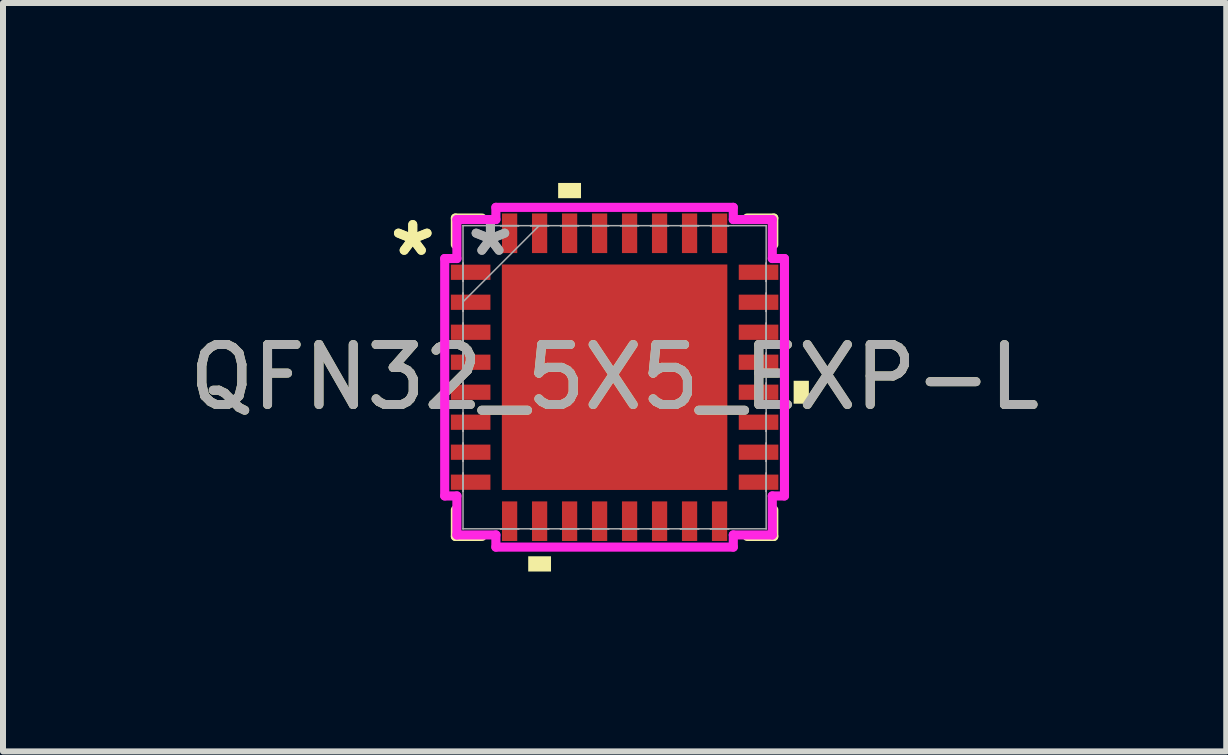
<source format=kicad_pcb>
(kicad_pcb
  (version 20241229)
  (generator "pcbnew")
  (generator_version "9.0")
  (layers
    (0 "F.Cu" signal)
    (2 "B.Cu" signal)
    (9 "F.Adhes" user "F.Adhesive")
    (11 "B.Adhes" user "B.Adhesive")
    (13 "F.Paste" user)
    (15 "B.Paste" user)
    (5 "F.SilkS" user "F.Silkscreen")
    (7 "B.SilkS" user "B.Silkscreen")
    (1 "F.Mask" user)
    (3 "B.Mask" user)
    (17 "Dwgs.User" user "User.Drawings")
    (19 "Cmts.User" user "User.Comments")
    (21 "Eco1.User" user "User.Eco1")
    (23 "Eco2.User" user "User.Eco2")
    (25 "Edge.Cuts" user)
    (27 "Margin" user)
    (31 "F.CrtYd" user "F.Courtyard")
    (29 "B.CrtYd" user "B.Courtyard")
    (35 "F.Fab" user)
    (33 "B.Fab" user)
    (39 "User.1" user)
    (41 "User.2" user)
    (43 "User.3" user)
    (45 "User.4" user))
  (footprint "QFN32_5X5_EXP-L"
    (layer "F.Cu")
    (at 7.196 3.239)
    (property "Reference" "QFN32_5X5_EXP-L" (at 0 0 0) (unlocked yes) (layer "F.SilkS") (effects (font (size 1 1) (thickness 0.15))))
    (attr smd)
    (fp_line (start -2.654 -2.654) (end -2.654 -2.21) (stroke (width 0.152) (type solid)) (layer "F.SilkS"))
    (fp_line (start -2.654 2.21) (end -2.654 2.654) (stroke (width 0.152) (type solid)) (layer "F.SilkS"))
    (fp_line (start -2.654 2.654) (end -2.21 2.654) (stroke (width 0.152) (type solid)) (layer "F.SilkS"))
    (fp_line (start -2.21 -2.654) (end -2.654 -2.654) (stroke (width 0.152) (type solid)) (layer "F.SilkS"))
    (fp_line (start 2.21 2.654) (end 2.654 2.654) (stroke (width 0.152) (type solid)) (layer "F.SilkS"))
    (fp_line (start 2.654 -2.654) (end 2.21 -2.654) (stroke (width 0.152) (type solid)) (layer "F.SilkS"))
    (fp_line (start 2.654 -2.21) (end 2.654 -2.654) (stroke (width 0.152) (type solid)) (layer "F.SilkS"))
    (fp_line (start 2.654 2.654) (end 2.654 2.21) (stroke (width 0.152) (type solid)) (layer "F.SilkS"))
    (fp_poly (pts (xy -1.44 2.985) (xy -1.44 3.239) (xy -1.06 3.239) (xy -1.06 2.985)) (stroke (width 0) (type solid)) (fill yes) (layer "F.SilkS"))
    (fp_poly (pts (xy -0.941 -2.985) (xy -0.941 -3.239) (xy -0.56 -3.239) (xy -0.56 -2.985)) (stroke (width 0) (type solid)) (fill yes) (layer "F.SilkS"))
    (fp_poly (pts (xy 3.239 0.059) (xy 3.239 0.441) (xy 2.985 0.441) (xy 2.985 0.059)) (stroke (width 0) (type solid)) (fill yes) (layer "F.SilkS"))
    (fp_poly (pts (xy -1.78 -1.78) (xy -1.78 -0.1) (xy -0.1 -0.1) (xy -0.1 -1.78)) (stroke (width 0) (type solid)) (fill yes) (layer "F.Paste"))
    (fp_poly (pts (xy -1.78 0.1) (xy -1.78 1.78) (xy -0.1 1.78) (xy -0.1 0.1)) (stroke (width 0) (type solid)) (fill yes) (layer "F.Paste"))
    (fp_poly (pts (xy 0.1 -1.78) (xy 0.1 -0.1) (xy 1.78 -0.1) (xy 1.78 -1.78)) (stroke (width 0) (type solid)) (fill yes) (layer "F.Paste"))
    (fp_poly (pts (xy 0.1 0.1) (xy 0.1 1.78) (xy 1.78 1.78) (xy 1.78 0.1)) (stroke (width 0) (type solid)) (fill yes) (layer "F.Paste"))
    (fp_line (start -2.832 -1.979) (end -2.629 -1.979) (stroke (width 0.152) (type solid)) (layer "F.CrtYd"))
    (fp_line (start -2.832 1.979) (end -2.832 -1.979) (stroke (width 0.152) (type solid)) (layer "F.CrtYd"))
    (fp_line (start -2.629 -2.629) (end -1.979 -2.629) (stroke (width 0.152) (type solid)) (layer "F.CrtYd"))
    (fp_line (start -2.629 -1.979) (end -2.629 -2.629) (stroke (width 0.152) (type solid)) (layer "F.CrtYd"))
    (fp_line (start -2.629 1.979) (end -2.832 1.979) (stroke (width 0.152) (type solid)) (layer "F.CrtYd"))
    (fp_line (start -2.629 2.629) (end -2.629 1.979) (stroke (width 0.152) (type solid)) (layer "F.CrtYd"))
    (fp_line (start -1.979 -2.832) (end 1.979 -2.832) (stroke (width 0.152) (type solid)) (layer "F.CrtYd"))
    (fp_line (start -1.979 -2.629) (end -1.979 -2.832) (stroke (width 0.152) (type solid)) (layer "F.CrtYd"))
    (fp_line (start -1.979 2.629) (end -2.629 2.629) (stroke (width 0.152) (type solid)) (layer "F.CrtYd"))
    (fp_line (start -1.979 2.832) (end -1.979 2.629) (stroke (width 0.152) (type solid)) (layer "F.CrtYd"))
    (fp_line (start 1.979 -2.832) (end 1.979 -2.629) (stroke (width 0.152) (type solid)) (layer "F.CrtYd"))
    (fp_line (start 1.979 -2.629) (end 2.629 -2.629) (stroke (width 0.152) (type solid)) (layer "F.CrtYd"))
    (fp_line (start 1.979 2.629) (end 1.979 2.832) (stroke (width 0.152) (type solid)) (layer "F.CrtYd"))
    (fp_line (start 1.979 2.832) (end -1.979 2.832) (stroke (width 0.152) (type solid)) (layer "F.CrtYd"))
    (fp_line (start 2.629 -2.629) (end 2.629 -1.979) (stroke (width 0.152) (type solid)) (layer "F.CrtYd"))
    (fp_line (start 2.629 -1.979) (end 2.832 -1.979) (stroke (width 0.152) (type solid)) (layer "F.CrtYd"))
    (fp_line (start 2.629 1.979) (end 2.629 2.629) (stroke (width 0.152) (type solid)) (layer "F.CrtYd"))
    (fp_line (start 2.629 2.629) (end 1.979 2.629) (stroke (width 0.152) (type solid)) (layer "F.CrtYd"))
    (fp_line (start 2.832 -1.979) (end 2.832 1.979) (stroke (width 0.152) (type solid)) (layer "F.CrtYd"))
    (fp_line (start 2.832 1.979) (end 2.629 1.979) (stroke (width 0.152) (type solid)) (layer "F.CrtYd"))
    (fp_line (start -2.527 -2.527) (end -2.527 -2.527) (stroke (width 0.025) (type solid)) (layer "F.Fab"))
    (fp_line (start -2.527 -2.527) (end -2.527 2.527) (stroke (width 0.025) (type solid)) (layer "F.Fab"))
    (fp_line (start -2.527 -1.902) (end -2.527 -1.902) (stroke (width 0.025) (type solid)) (layer "F.Fab"))
    (fp_line (start -2.527 -1.902) (end -2.527 -1.598) (stroke (width 0.025) (type solid)) (layer "F.Fab"))
    (fp_line (start -2.527 -1.598) (end -2.527 -1.902) (stroke (width 0.025) (type solid)) (layer "F.Fab"))
    (fp_line (start -2.527 -1.598) (end -2.527 -1.598) (stroke (width 0.025) (type solid)) (layer "F.Fab"))
    (fp_line (start -2.527 -1.402) (end -2.527 -1.402) (stroke (width 0.025) (type solid)) (layer "F.Fab"))
    (fp_line (start -2.527 -1.402) (end -2.527 -1.098) (stroke (width 0.025) (type solid)) (layer "F.Fab"))
    (fp_line (start -2.527 -1.257) (end -1.257 -2.527) (stroke (width 0.025) (type solid)) (layer "F.Fab"))
    (fp_line (start -2.527 -1.098) (end -2.527 -1.402) (stroke (width 0.025) (type solid)) (layer "F.Fab"))
    (fp_line (start -2.527 -1.098) (end -2.527 -1.098) (stroke (width 0.025) (type solid)) (layer "F.Fab"))
    (fp_line (start -2.527 -0.902) (end -2.527 -0.902) (stroke (width 0.025) (type solid)) (layer "F.Fab"))
    (fp_line (start -2.527 -0.902) (end -2.527 -0.598) (stroke (width 0.025) (type solid)) (layer "F.Fab"))
    (fp_line (start -2.527 -0.598) (end -2.527 -0.902) (stroke (width 0.025) (type solid)) (layer "F.Fab"))
    (fp_line (start -2.527 -0.598) (end -2.527 -0.598) (stroke (width 0.025) (type solid)) (layer "F.Fab"))
    (fp_line (start -2.527 -0.402) (end -2.527 -0.402) (stroke (width 0.025) (type solid)) (layer "F.Fab"))
    (fp_line (start -2.527 -0.402) (end -2.527 -0.098) (stroke (width 0.025) (type solid)) (layer "F.Fab"))
    (fp_line (start -2.527 -0.098) (end -2.527 -0.402) (stroke (width 0.025) (type solid)) (layer "F.Fab"))
    (fp_line (start -2.527 -0.098) (end -2.527 -0.098) (stroke (width 0.025) (type solid)) (layer "F.Fab"))
    (fp_line (start -2.527 0.098) (end -2.527 0.098) (stroke (width 0.025) (type solid)) (layer "F.Fab"))
    (fp_line (start -2.527 0.098) (end -2.527 0.402) (stroke (width 0.025) (type solid)) (layer "F.Fab"))
    (fp_line (start -2.527 0.402) (end -2.527 0.098) (stroke (width 0.025) (type solid)) (layer "F.Fab"))
    (fp_line (start -2.527 0.402) (end -2.527 0.402) (stroke (width 0.025) (type solid)) (layer "F.Fab"))
    (fp_line (start -2.527 0.598) (end -2.527 0.598) (stroke (width 0.025) (type solid)) (layer "F.Fab"))
    (fp_line (start -2.527 0.598) (end -2.527 0.902) (stroke (width 0.025) (type solid)) (layer "F.Fab"))
    (fp_line (start -2.527 0.902) (end -2.527 0.598) (stroke (width 0.025) (type solid)) (layer "F.Fab"))
    (fp_line (start -2.527 0.902) (end -2.527 0.902) (stroke (width 0.025) (type solid)) (layer "F.Fab"))
    (fp_line (start -2.527 1.098) (end -2.527 1.098) (stroke (width 0.025) (type solid)) (layer "F.Fab"))
    (fp_line (start -2.527 1.098) (end -2.527 1.402) (stroke (width 0.025) (type solid)) (layer "F.Fab"))
    (fp_line (start -2.527 1.402) (end -2.527 1.098) (stroke (width 0.025) (type solid)) (layer "F.Fab"))
    (fp_line (start -2.527 1.402) (end -2.527 1.402) (stroke (width 0.025) (type solid)) (layer "F.Fab"))
    (fp_line (start -2.527 1.598) (end -2.527 1.598) (stroke (width 0.025) (type solid)) (layer "F.Fab"))
    (fp_line (start -2.527 1.598) (end -2.527 1.902) (stroke (width 0.025) (type solid)) (layer "F.Fab"))
    (fp_line (start -2.527 1.902) (end -2.527 1.598) (stroke (width 0.025) (type solid)) (layer "F.Fab"))
    (fp_line (start -2.527 1.902) (end -2.527 1.902) (stroke (width 0.025) (type solid)) (layer "F.Fab"))
    (fp_line (start -2.527 2.527) (end -2.527 2.527) (stroke (width 0.025) (type solid)) (layer "F.Fab"))
    (fp_line (start -2.527 2.527) (end 2.527 2.527) (stroke (width 0.025) (type solid)) (layer "F.Fab"))
    (fp_line (start -1.902 -2.527) (end -1.902 -2.527) (stroke (width 0.025) (type solid)) (layer "F.Fab"))
    (fp_line (start -1.902 -2.527) (end -1.598 -2.527) (stroke (width 0.025) (type solid)) (layer "F.Fab"))
    (fp_line (start -1.902 2.527) (end -1.902 2.527) (stroke (width 0.025) (type solid)) (layer "F.Fab"))
    (fp_line (start -1.902 2.527) (end -1.598 2.527) (stroke (width 0.025) (type solid)) (layer "F.Fab"))
    (fp_line (start -1.598 -2.527) (end -1.902 -2.527) (stroke (width 0.025) (type solid)) (layer "F.Fab"))
    (fp_line (start -1.598 -2.527) (end -1.598 -2.527) (stroke (width 0.025) (type solid)) (layer "F.Fab"))
    (fp_line (start -1.598 2.527) (end -1.902 2.527) (stroke (width 0.025) (type solid)) (layer "F.Fab"))
    (fp_line (start -1.598 2.527) (end -1.598 2.527) (stroke (width 0.025) (type solid)) (layer "F.Fab"))
    (fp_line (start -1.402 -2.527) (end -1.402 -2.527) (stroke (width 0.025) (type solid)) (layer "F.Fab"))
    (fp_line (start -1.402 -2.527) (end -1.098 -2.527) (stroke (width 0.025) (type solid)) (layer "F.Fab"))
    (fp_line (start -1.402 2.527) (end -1.402 2.527) (stroke (width 0.025) (type solid)) (layer "F.Fab"))
    (fp_line (start -1.402 2.527) (end -1.098 2.527) (stroke (width 0.025) (type solid)) (layer "F.Fab"))
    (fp_line (start -1.098 -2.527) (end -1.402 -2.527) (stroke (width 0.025) (type solid)) (layer "F.Fab"))
    (fp_line (start -1.098 -2.527) (end -1.098 -2.527) (stroke (width 0.025) (type solid)) (layer "F.Fab"))
    (fp_line (start -1.098 2.527) (end -1.402 2.527) (stroke (width 0.025) (type solid)) (layer "F.Fab"))
    (fp_line (start -1.098 2.527) (end -1.098 2.527) (stroke (width 0.025) (type solid)) (layer "F.Fab"))
    (fp_line (start -0.902 -2.527) (end -0.902 -2.527) (stroke (width 0.025) (type solid)) (layer "F.Fab"))
    (fp_line (start -0.902 -2.527) (end -0.598 -2.527) (stroke (width 0.025) (type solid)) (layer "F.Fab"))
    (fp_line (start -0.902 2.527) (end -0.902 2.527) (stroke (width 0.025) (type solid)) (layer "F.Fab"))
    (fp_line (start -0.902 2.527) (end -0.598 2.527) (stroke (width 0.025) (type solid)) (layer "F.Fab"))
    (fp_line (start -0.598 -2.527) (end -0.902 -2.527) (stroke (width 0.025) (type solid)) (layer "F.Fab"))
    (fp_line (start -0.598 -2.527) (end -0.598 -2.527) (stroke (width 0.025) (type solid)) (layer "F.Fab"))
    (fp_line (start -0.598 2.527) (end -0.902 2.527) (stroke (width 0.025) (type solid)) (layer "F.Fab"))
    (fp_line (start -0.598 2.527) (end -0.598 2.527) (stroke (width 0.025) (type solid)) (layer "F.Fab"))
    (fp_line (start -0.402 -2.527) (end -0.402 -2.527) (stroke (width 0.025) (type solid)) (layer "F.Fab"))
    (fp_line (start -0.402 -2.527) (end -0.098 -2.527) (stroke (width 0.025) (type solid)) (layer "F.Fab"))
    (fp_line (start -0.402 2.527) (end -0.402 2.527) (stroke (width 0.025) (type solid)) (layer "F.Fab"))
    (fp_line (start -0.402 2.527) (end -0.098 2.527) (stroke (width 0.025) (type solid)) (layer "F.Fab"))
    (fp_line (start -0.098 -2.527) (end -0.402 -2.527) (stroke (width 0.025) (type solid)) (layer "F.Fab"))
    (fp_line (start -0.098 -2.527) (end -0.098 -2.527) (stroke (width 0.025) (type solid)) (layer "F.Fab"))
    (fp_line (start -0.098 2.527) (end -0.402 2.527) (stroke (width 0.025) (type solid)) (layer "F.Fab"))
    (fp_line (start -0.098 2.527) (end -0.098 2.527) (stroke (width 0.025) (type solid)) (layer "F.Fab"))
    (fp_line (start 0.098 -2.527) (end 0.098 -2.527) (stroke (width 0.025) (type solid)) (layer "F.Fab"))
    (fp_line (start 0.098 -2.527) (end 0.402 -2.527) (stroke (width 0.025) (type solid)) (layer "F.Fab"))
    (fp_line (start 0.098 2.527) (end 0.098 2.527) (stroke (width 0.025) (type solid)) (layer "F.Fab"))
    (fp_line (start 0.098 2.527) (end 0.402 2.527) (stroke (width 0.025) (type solid)) (layer "F.Fab"))
    (fp_line (start 0.402 -2.527) (end 0.098 -2.527) (stroke (width 0.025) (type solid)) (layer "F.Fab"))
    (fp_line (start 0.402 -2.527) (end 0.402 -2.527) (stroke (width 0.025) (type solid)) (layer "F.Fab"))
    (fp_line (start 0.402 2.527) (end 0.098 2.527) (stroke (width 0.025) (type solid)) (layer "F.Fab"))
    (fp_line (start 0.402 2.527) (end 0.402 2.527) (stroke (width 0.025) (type solid)) (layer "F.Fab"))
    (fp_line (start 0.598 -2.527) (end 0.598 -2.527) (stroke (width 0.025) (type solid)) (layer "F.Fab"))
    (fp_line (start 0.598 -2.527) (end 0.902 -2.527) (stroke (width 0.025) (type solid)) (layer "F.Fab"))
    (fp_line (start 0.598 2.527) (end 0.598 2.527) (stroke (width 0.025) (type solid)) (layer "F.Fab"))
    (fp_line (start 0.598 2.527) (end 0.902 2.527) (stroke (width 0.025) (type solid)) (layer "F.Fab"))
    (fp_line (start 0.902 -2.527) (end 0.598 -2.527) (stroke (width 0.025) (type solid)) (layer "F.Fab"))
    (fp_line (start 0.902 -2.527) (end 0.902 -2.527) (stroke (width 0.025) (type solid)) (layer "F.Fab"))
    (fp_line (start 0.902 2.527) (end 0.598 2.527) (stroke (width 0.025) (type solid)) (layer "F.Fab"))
    (fp_line (start 0.902 2.527) (end 0.902 2.527) (stroke (width 0.025) (type solid)) (layer "F.Fab"))
    (fp_line (start 1.098 -2.527) (end 1.098 -2.527) (stroke (width 0.025) (type solid)) (layer "F.Fab"))
    (fp_line (start 1.098 -2.527) (end 1.402 -2.527) (stroke (width 0.025) (type solid)) (layer "F.Fab"))
    (fp_line (start 1.098 2.527) (end 1.098 2.527) (stroke (width 0.025) (type solid)) (layer "F.Fab"))
    (fp_line (start 1.098 2.527) (end 1.402 2.527) (stroke (width 0.025) (type solid)) (layer "F.Fab"))
    (fp_line (start 1.402 -2.527) (end 1.098 -2.527) (stroke (width 0.025) (type solid)) (layer "F.Fab"))
    (fp_line (start 1.402 -2.527) (end 1.402 -2.527) (stroke (width 0.025) (type solid)) (layer "F.Fab"))
    (fp_line (start 1.402 2.527) (end 1.098 2.527) (stroke (width 0.025) (type solid)) (layer "F.Fab"))
    (fp_line (start 1.402 2.527) (end 1.402 2.527) (stroke (width 0.025) (type solid)) (layer "F.Fab"))
    (fp_line (start 1.598 -2.527) (end 1.598 -2.527) (stroke (width 0.025) (type solid)) (layer "F.Fab"))
    (fp_line (start 1.598 -2.527) (end 1.902 -2.527) (stroke (width 0.025) (type solid)) (layer "F.Fab"))
    (fp_line (start 1.598 2.527) (end 1.598 2.527) (stroke (width 0.025) (type solid)) (layer "F.Fab"))
    (fp_line (start 1.598 2.527) (end 1.902 2.527) (stroke (width 0.025) (type solid)) (layer "F.Fab"))
    (fp_line (start 1.902 -2.527) (end 1.598 -2.527) (stroke (width 0.025) (type solid)) (layer "F.Fab"))
    (fp_line (start 1.902 -2.527) (end 1.902 -2.527) (stroke (width 0.025) (type solid)) (layer "F.Fab"))
    (fp_line (start 1.902 2.527) (end 1.598 2.527) (stroke (width 0.025) (type solid)) (layer "F.Fab"))
    (fp_line (start 1.902 2.527) (end 1.902 2.527) (stroke (width 0.025) (type solid)) (layer "F.Fab"))
    (fp_line (start 2.527 -2.527) (end -2.527 -2.527) (stroke (width 0.025) (type solid)) (layer "F.Fab"))
    (fp_line (start 2.527 -2.527) (end 2.527 -2.527) (stroke (width 0.025) (type solid)) (layer "F.Fab"))
    (fp_line (start 2.527 -1.902) (end 2.527 -1.902) (stroke (width 0.025) (type solid)) (layer "F.Fab"))
    (fp_line (start 2.527 -1.902) (end 2.527 -1.598) (stroke (width 0.025) (type solid)) (layer "F.Fab"))
    (fp_line (start 2.527 -1.598) (end 2.527 -1.902) (stroke (width 0.025) (type solid)) (layer "F.Fab"))
    (fp_line (start 2.527 -1.598) (end 2.527 -1.598) (stroke (width 0.025) (type solid)) (layer "F.Fab"))
    (fp_line (start 2.527 -1.402) (end 2.527 -1.402) (stroke (width 0.025) (type solid)) (layer "F.Fab"))
    (fp_line (start 2.527 -1.402) (end 2.527 -1.098) (stroke (width 0.025) (type solid)) (layer "F.Fab"))
    (fp_line (start 2.527 -1.098) (end 2.527 -1.402) (stroke (width 0.025) (type solid)) (layer "F.Fab"))
    (fp_line (start 2.527 -1.098) (end 2.527 -1.098) (stroke (width 0.025) (type solid)) (layer "F.Fab"))
    (fp_line (start 2.527 -0.902) (end 2.527 -0.902) (stroke (width 0.025) (type solid)) (layer "F.Fab"))
    (fp_line (start 2.527 -0.902) (end 2.527 -0.598) (stroke (width 0.025) (type solid)) (layer "F.Fab"))
    (fp_line (start 2.527 -0.598) (end 2.527 -0.902) (stroke (width 0.025) (type solid)) (layer "F.Fab"))
    (fp_line (start 2.527 -0.598) (end 2.527 -0.598) (stroke (width 0.025) (type solid)) (layer "F.Fab"))
    (fp_line (start 2.527 -0.402) (end 2.527 -0.402) (stroke (width 0.025) (type solid)) (layer "F.Fab"))
    (fp_line (start 2.527 -0.402) (end 2.527 -0.098) (stroke (width 0.025) (type solid)) (layer "F.Fab"))
    (fp_line (start 2.527 -0.098) (end 2.527 -0.402) (stroke (width 0.025) (type solid)) (layer "F.Fab"))
    (fp_line (start 2.527 -0.098) (end 2.527 -0.098) (stroke (width 0.025) (type solid)) (layer "F.Fab"))
    (fp_line (start 2.527 0.098) (end 2.527 0.098) (stroke (width 0.025) (type solid)) (layer "F.Fab"))
    (fp_line (start 2.527 0.098) (end 2.527 0.402) (stroke (width 0.025) (type solid)) (layer "F.Fab"))
    (fp_line (start 2.527 0.402) (end 2.527 0.098) (stroke (width 0.025) (type solid)) (layer "F.Fab"))
    (fp_line (start 2.527 0.402) (end 2.527 0.402) (stroke (width 0.025) (type solid)) (layer "F.Fab"))
    (fp_line (start 2.527 0.598) (end 2.527 0.598) (stroke (width 0.025) (type solid)) (layer "F.Fab"))
    (fp_line (start 2.527 0.598) (end 2.527 0.902) (stroke (width 0.025) (type solid)) (layer "F.Fab"))
    (fp_line (start 2.527 0.902) (end 2.527 0.598) (stroke (width 0.025) (type solid)) (layer "F.Fab"))
    (fp_line (start 2.527 0.902) (end 2.527 0.902) (stroke (width 0.025) (type solid)) (layer "F.Fab"))
    (fp_line (start 2.527 1.098) (end 2.527 1.098) (stroke (width 0.025) (type solid)) (layer "F.Fab"))
    (fp_line (start 2.527 1.098) (end 2.527 1.402) (stroke (width 0.025) (type solid)) (layer "F.Fab"))
    (fp_line (start 2.527 1.402) (end 2.527 1.098) (stroke (width 0.025) (type solid)) (layer "F.Fab"))
    (fp_line (start 2.527 1.402) (end 2.527 1.402) (stroke (width 0.025) (type solid)) (layer "F.Fab"))
    (fp_line (start 2.527 1.598) (end 2.527 1.598) (stroke (width 0.025) (type solid)) (layer "F.Fab"))
    (fp_line (start 2.527 1.598) (end 2.527 1.902) (stroke (width 0.025) (type solid)) (layer "F.Fab"))
    (fp_line (start 2.527 1.902) (end 2.527 1.598) (stroke (width 0.025) (type solid)) (layer "F.Fab"))
    (fp_line (start 2.527 1.902) (end 2.527 1.902) (stroke (width 0.025) (type solid)) (layer "F.Fab"))
    (fp_line (start 2.527 2.527) (end 2.527 -2.527) (stroke (width 0.025) (type solid)) (layer "F.Fab"))
    (fp_line (start 2.527 2.527) (end 2.527 2.527) (stroke (width 0.025) (type solid)) (layer "F.Fab"))
    (fp_text user "*" (at -3.365 -2 0) (layer "F.SilkS") (effects (font (size 1 1) (thickness 0.15))))
    (fp_text user "*" (at -3.365 -2 0) (unlocked yes) (layer "F.SilkS") (effects (font (size 1 1) (thickness 0.15))))
    (fp_text user "*" (at -2.07 -2 0) (layer "F.Fab") (effects (font (size 1 1) (thickness 0.15))))
    (fp_text user "${REFERENCE}" (at 0 0 0) (unlocked yes) (layer "F.Fab") (effects (font (size 1 1) (thickness 0.15))))
    (fp_text user "*" (at -2.07 -2 0) (unlocked yes) (layer "F.Fab") (effects (font (size 1 1) (thickness 0.15))))
    (pad "1" smd rect (at -2.4 -1.75 90) (size 0.254 0.66) (layers "F.Cu" "F.Mask" "F.Paste"))
    (pad "2" smd rect (at -2.4 -1.25 90) (size 0.254 0.66) (layers "F.Cu" "F.Mask" "F.Paste"))
    (pad "3" smd rect (at -2.4 -0.75 90) (size 0.254 0.66) (layers "F.Cu" "F.Mask" "F.Paste"))
    (pad "4" smd rect (at -2.4 -0.25 90) (size 0.254 0.66) (layers "F.Cu" "F.Mask" "F.Paste"))
    (pad "5" smd rect (at -2.4 0.25 90) (size 0.254 0.66) (layers "F.Cu" "F.Mask" "F.Paste"))
    (pad "6" smd rect (at -2.4 0.75 90) (size 0.254 0.66) (layers "F.Cu" "F.Mask" "F.Paste"))
    (pad "7" smd rect (at -2.4 1.25 90) (size 0.254 0.66) (layers "F.Cu" "F.Mask" "F.Paste"))
    (pad "8" smd rect (at -2.4 1.75 90) (size 0.254 0.66) (layers "F.Cu" "F.Mask" "F.Paste"))
    (pad "9" smd rect (at -1.75 2.4) (size 0.254 0.66) (layers "F.Cu" "F.Mask" "F.Paste"))
    (pad "10" smd rect (at -1.25 2.4) (size 0.254 0.66) (layers "F.Cu" "F.Mask" "F.Paste"))
    (pad "11" smd rect (at -0.75 2.4) (size 0.254 0.66) (layers "F.Cu" "F.Mask" "F.Paste"))
    (pad "12" smd rect (at -0.25 2.4) (size 0.254 0.66) (layers "F.Cu" "F.Mask" "F.Paste"))
    (pad "13" smd rect (at 0.25 2.4) (size 0.254 0.66) (layers "F.Cu" "F.Mask" "F.Paste"))
    (pad "14" smd rect (at 0.75 2.4) (size 0.254 0.66) (layers "F.Cu" "F.Mask" "F.Paste"))
    (pad "15" smd rect (at 1.25 2.4) (size 0.254 0.66) (layers "F.Cu" "F.Mask" "F.Paste"))
    (pad "16" smd rect (at 1.75 2.4) (size 0.254 0.66) (layers "F.Cu" "F.Mask" "F.Paste"))
    (pad "17" smd rect (at 2.4 1.75 90) (size 0.254 0.66) (layers "F.Cu" "F.Mask" "F.Paste"))
    (pad "18" smd rect (at 2.4 1.25 90) (size 0.254 0.66) (layers "F.Cu" "F.Mask" "F.Paste"))
    (pad "19" smd rect (at 2.4 0.75 90) (size 0.254 0.66) (layers "F.Cu" "F.Mask" "F.Paste"))
    (pad "20" smd rect (at 2.4 0.25 90) (size 0.254 0.66) (layers "F.Cu" "F.Mask" "F.Paste"))
    (pad "21" smd rect (at 2.4 -0.25 90) (size 0.254 0.66) (layers "F.Cu" "F.Mask" "F.Paste"))
    (pad "22" smd rect (at 2.4 -0.75 90) (size 0.254 0.66) (layers "F.Cu" "F.Mask" "F.Paste"))
    (pad "23" smd rect (at 2.4 -1.25 90) (size 0.254 0.66) (layers "F.Cu" "F.Mask" "F.Paste"))
    (pad "24" smd rect (at 2.4 -1.75 90) (size 0.254 0.66) (layers "F.Cu" "F.Mask" "F.Paste"))
    (pad "25" smd rect (at 1.75 -2.4) (size 0.254 0.66) (layers "F.Cu" "F.Mask" "F.Paste"))
    (pad "26" smd rect (at 1.25 -2.4) (size 0.254 0.66) (layers "F.Cu" "F.Mask" "F.Paste"))
    (pad "27" smd rect (at 0.75 -2.4) (size 0.254 0.66) (layers "F.Cu" "F.Mask" "F.Paste"))
    (pad "28" smd rect (at 0.25 -2.4) (size 0.254 0.66) (layers "F.Cu" "F.Mask" "F.Paste"))
    (pad "29" smd rect (at -0.25 -2.4) (size 0.254 0.66) (layers "F.Cu" "F.Mask" "F.Paste"))
    (pad "30" smd rect (at -0.75 -2.4) (size 0.254 0.66) (layers "F.Cu" "F.Mask" "F.Paste"))
    (pad "31" smd rect (at -1.25 -2.4) (size 0.254 0.66) (layers "F.Cu" "F.Mask" "F.Paste"))
    (pad "32" smd rect (at -1.75 -2.4) (size 0.254 0.66) (layers "F.Cu" "F.Mask" "F.Paste"))
    (pad "33" smd rect (at 0 0) (size 3.759 3.759) (layers "F.Cu" "F.Mask" "F.Paste")))
  (gr_rect
    (start -3 -3)
    (end 17.393 9.477)
    (stroke (width 0.1) (type default))
    (fill no)
    (layer "Edge.Cuts")))
</source>
